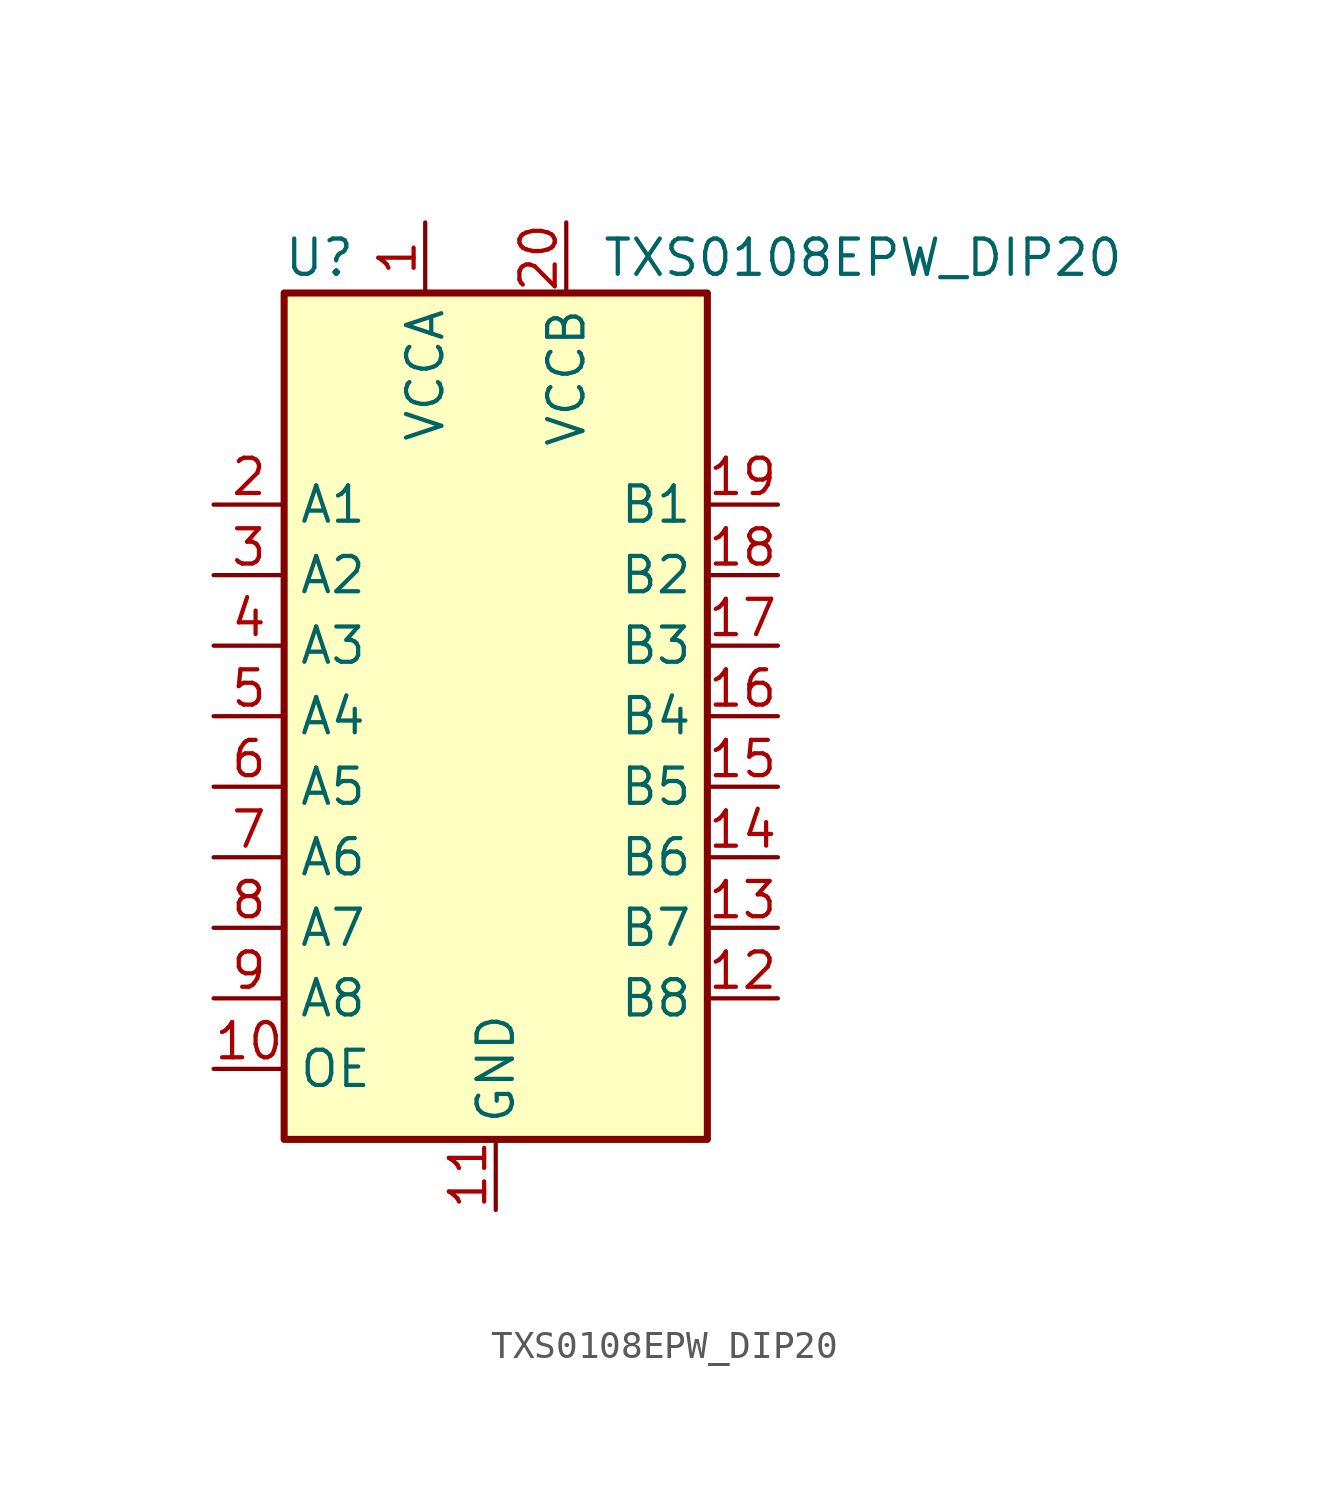
<source format=kicad_sym>
(kicad_symbol_lib
  (version 20211014)
  (generator kicad_symbol_editor)
  (symbol "TXS0108EPW_DIP20"
    (property "Reference" "U"
      (at -6.35 16.51 0)
      (effects (font (size 1.27 1.27))))
    (property "Value" "TXS0108EPW_DIP20"
      (at 3.81 16.51 0)
      (effects (font (size 1.27 1.27)) (justify left)))
    (symbol "TXS0108EPW_DIP20_0_1"
      (rectangle (start -7.62 15.24) (end 7.62 -15.24) (stroke (width 0.254) (type default) (color 0 0 0 0)) (fill (type background))))
    (symbol "TXS0108EPW_DIP20_1_1"
      (pin power_in line (at -2.54 17.78 270) (length 2.54) (name "VCCA" (effects (font (size 1.27 1.27)))) (number "1" (effects (font (size 1.27 1.27)))))
      (pin input line (at -10.16 -12.7 0) (length 2.54) (name "OE" (effects (font (size 1.27 1.27)))) (number "10" (effects (font (size 1.27 1.27)))))
      (pin power_in line (at 0 -17.78 90) (length 2.54) (name "GND" (effects (font (size 1.27 1.27)))) (number "11" (effects (font (size 1.27 1.27)))))
      (pin bidirectional line (at 10.16 -10.16 180) (length 2.54) (name "B8" (effects (font (size 1.27 1.27)))) (number "12" (effects (font (size 1.27 1.27)))))
      (pin bidirectional line (at 10.16 -7.62 180) (length 2.54) (name "B7" (effects (font (size 1.27 1.27)))) (number "13" (effects (font (size 1.27 1.27)))))
      (pin bidirectional line (at 10.16 -5.08 180) (length 2.54) (name "B6" (effects (font (size 1.27 1.27)))) (number "14" (effects (font (size 1.27 1.27)))))
      (pin bidirectional line (at 10.16 -2.54 180) (length 2.54) (name "B5" (effects (font (size 1.27 1.27)))) (number "15" (effects (font (size 1.27 1.27)))))
      (pin bidirectional line (at 10.16 0 180) (length 2.54) (name "B4" (effects (font (size 1.27 1.27)))) (number "16" (effects (font (size 1.27 1.27)))))
      (pin bidirectional line (at 10.16 2.54 180) (length 2.54) (name "B3" (effects (font (size 1.27 1.27)))) (number "17" (effects (font (size 1.27 1.27)))))
      (pin bidirectional line (at 10.16 5.08 180) (length 2.54) (name "B2" (effects (font (size 1.27 1.27)))) (number "18" (effects (font (size 1.27 1.27)))))
      (pin bidirectional line (at 10.16 7.62 180) (length 2.54) (name "B1" (effects (font (size 1.27 1.27)))) (number "19" (effects (font (size 1.27 1.27)))))
      (pin bidirectional line (at -10.16 7.62 0) (length 2.54) (name "A1" (effects (font (size 1.27 1.27)))) (number "2" (effects (font (size 1.27 1.27)))))
      (pin power_in line (at 2.54 17.78 270) (length 2.54) (name "VCCB" (effects (font (size 1.27 1.27)))) (number "20" (effects (font (size 1.27 1.27)))))
      (pin bidirectional line (at -10.16 5.08 0) (length 2.54) (name "A2" (effects (font (size 1.27 1.27)))) (number "3" (effects (font (size 1.27 1.27)))))
      (pin bidirectional line (at -10.16 2.54 0) (length 2.54) (name "A3" (effects (font (size 1.27 1.27)))) (number "4" (effects (font (size 1.27 1.27)))))
      (pin bidirectional line (at -10.16 0 0) (length 2.54) (name "A4" (effects (font (size 1.27 1.27)))) (number "5" (effects (font (size 1.27 1.27)))))
      (pin bidirectional line (at -10.16 -2.54 0) (length 2.54) (name "A5" (effects (font (size 1.27 1.27)))) (number "6" (effects (font (size 1.27 1.27)))))
      (pin bidirectional line (at -10.16 -5.08 0) (length 2.54) (name "A6" (effects (font (size 1.27 1.27)))) (number "7" (effects (font (size 1.27 1.27)))))
      (pin bidirectional line (at -10.16 -7.62 0) (length 2.54) (name "A7" (effects (font (size 1.27 1.27)))) (number "8" (effects (font (size 1.27 1.27)))))
      (pin bidirectional line (at -10.16 -10.16 0) (length 2.54) (name "A8" (effects (font (size 1.27 1.27)))) (number "9" (effects (font (size 1.27 1.27))))))))
</source>
